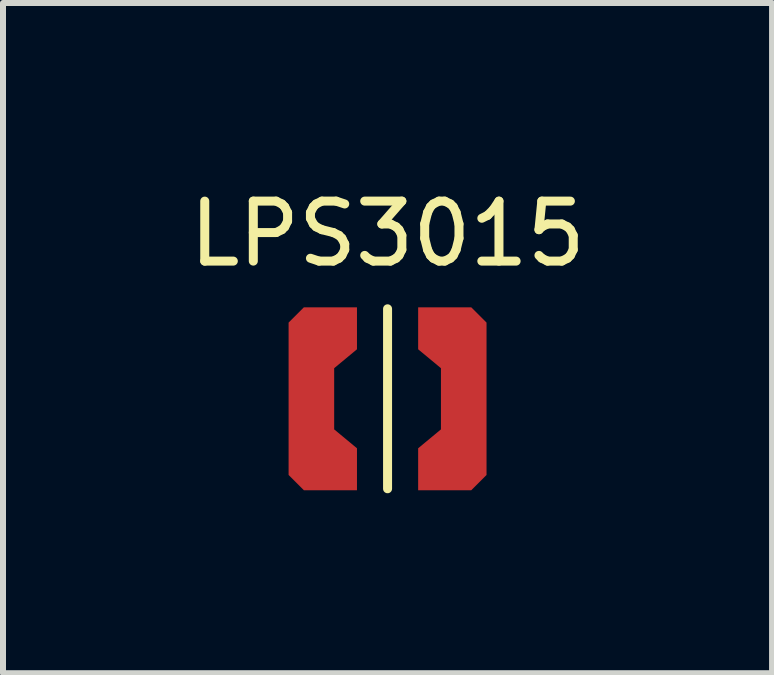
<source format=kicad_pcb>
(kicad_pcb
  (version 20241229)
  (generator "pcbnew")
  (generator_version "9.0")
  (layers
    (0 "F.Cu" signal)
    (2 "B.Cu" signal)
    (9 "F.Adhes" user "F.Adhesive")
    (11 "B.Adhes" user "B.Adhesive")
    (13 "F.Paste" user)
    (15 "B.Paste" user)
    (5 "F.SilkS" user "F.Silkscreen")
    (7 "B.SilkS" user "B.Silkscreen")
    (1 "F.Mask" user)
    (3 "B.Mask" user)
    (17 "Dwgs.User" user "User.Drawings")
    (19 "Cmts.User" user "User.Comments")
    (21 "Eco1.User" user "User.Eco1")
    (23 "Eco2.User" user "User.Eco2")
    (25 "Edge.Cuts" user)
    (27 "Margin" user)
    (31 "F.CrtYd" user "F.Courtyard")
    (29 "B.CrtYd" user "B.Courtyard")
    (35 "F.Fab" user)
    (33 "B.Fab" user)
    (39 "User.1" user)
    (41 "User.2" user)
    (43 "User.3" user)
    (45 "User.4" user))
  (footprint "LPS3015"
    (layer "F.Cu")
    (at 3.411 3.598)
    (property "Reference" "LPS3015" (at 0 -2.75 0) (layer "F.SilkS") (effects (font (size 1 1) (thickness 0.15))))
    (attr through_hole)
    (fp_line (start 0 -1.5) (end 0 1.5) (stroke (width 0.15) (type solid)) (layer "F.SilkS"))
    (pad "1" smd custom (at -1.27 0) (size 0.76 2.54) (layers "F.Cu" "F.Mask" "F.Paste") (options (anchor rect)) (primitives (gr_poly (pts (xy -0.38 -1.27) (xy -0.125 -1.525) (xy -0.125 -1.27)) (width 0) (fill yes)) (gr_poly (pts (xy -0.125 -1.27) (xy -0.125 -1.525) (xy 0.76 -1.525) (xy 0.76 -1.27)) (width 0) (fill yes)) (gr_poly (pts (xy 0.38 -1.27) (xy 0.76 -1.27) (xy 0.76 -0.825) (xy 0.38 -0.825)) (width 0) (fill yes)) (gr_poly (pts (xy 0.38 -0.825) (xy 0.76 -0.825) (xy 0.38 -0.51)) (width 0) (fill yes)) (gr_poly (pts (xy -0.38 1.27) (xy -0.125 1.525) (xy -0.125 1.27)) (width 0) (fill yes)) (gr_poly (pts (xy -0.125 1.525) (xy 0.76 1.525) (xy 0.76 1.27) (xy -0.125 1.27)) (width 0) (fill yes)) (gr_poly (pts (xy 0.38 1.27) (xy 0.76 1.27) (xy 0.76 0.825) (xy 0.38 0.825)) (width 0) (fill yes)) (gr_poly (pts (xy 0.38 0.825) (xy 0.76 0.825) (xy 0.38 0.51)) (width 0) (fill yes))))
    (pad "2" smd custom (at 1.27 0 180) (size 0.76 2.54) (layers "F.Cu" "F.Mask" "F.Paste") (options (anchor rect)) (primitives (gr_poly (pts (xy -0.38 -1.27) (xy -0.125 -1.525) (xy -0.125 -1.27)) (width 0) (fill yes)) (gr_poly (pts (xy -0.125 -1.27) (xy -0.125 -1.525) (xy 0.76 -1.525) (xy 0.76 -1.27)) (width 0) (fill yes)) (gr_poly (pts (xy 0.38 -1.27) (xy 0.76 -1.27) (xy 0.76 -0.825) (xy 0.38 -0.825)) (width 0) (fill yes)) (gr_poly (pts (xy 0.38 -0.825) (xy 0.76 -0.825) (xy 0.38 -0.51)) (width 0) (fill yes)) (gr_poly (pts (xy -0.38 1.27) (xy -0.125 1.525) (xy -0.125 1.27)) (width 0) (fill yes)) (gr_poly (pts (xy -0.125 1.525) (xy 0.76 1.525) (xy 0.76 1.27) (xy -0.125 1.27)) (width 0) (fill yes)) (gr_poly (pts (xy 0.38 1.27) (xy 0.76 1.27) (xy 0.76 0.825) (xy 0.38 0.825)) (width 0) (fill yes)) (gr_poly (pts (xy 0.38 0.825) (xy 0.76 0.825) (xy 0.38 0.51)) (width 0) (fill yes)))))
  (gr_rect
    (start -3 -3)
    (end 9.821 8.173)
    (stroke (width 0.1) (type default))
    (fill no)
    (layer "Edge.Cuts")))
</source>
